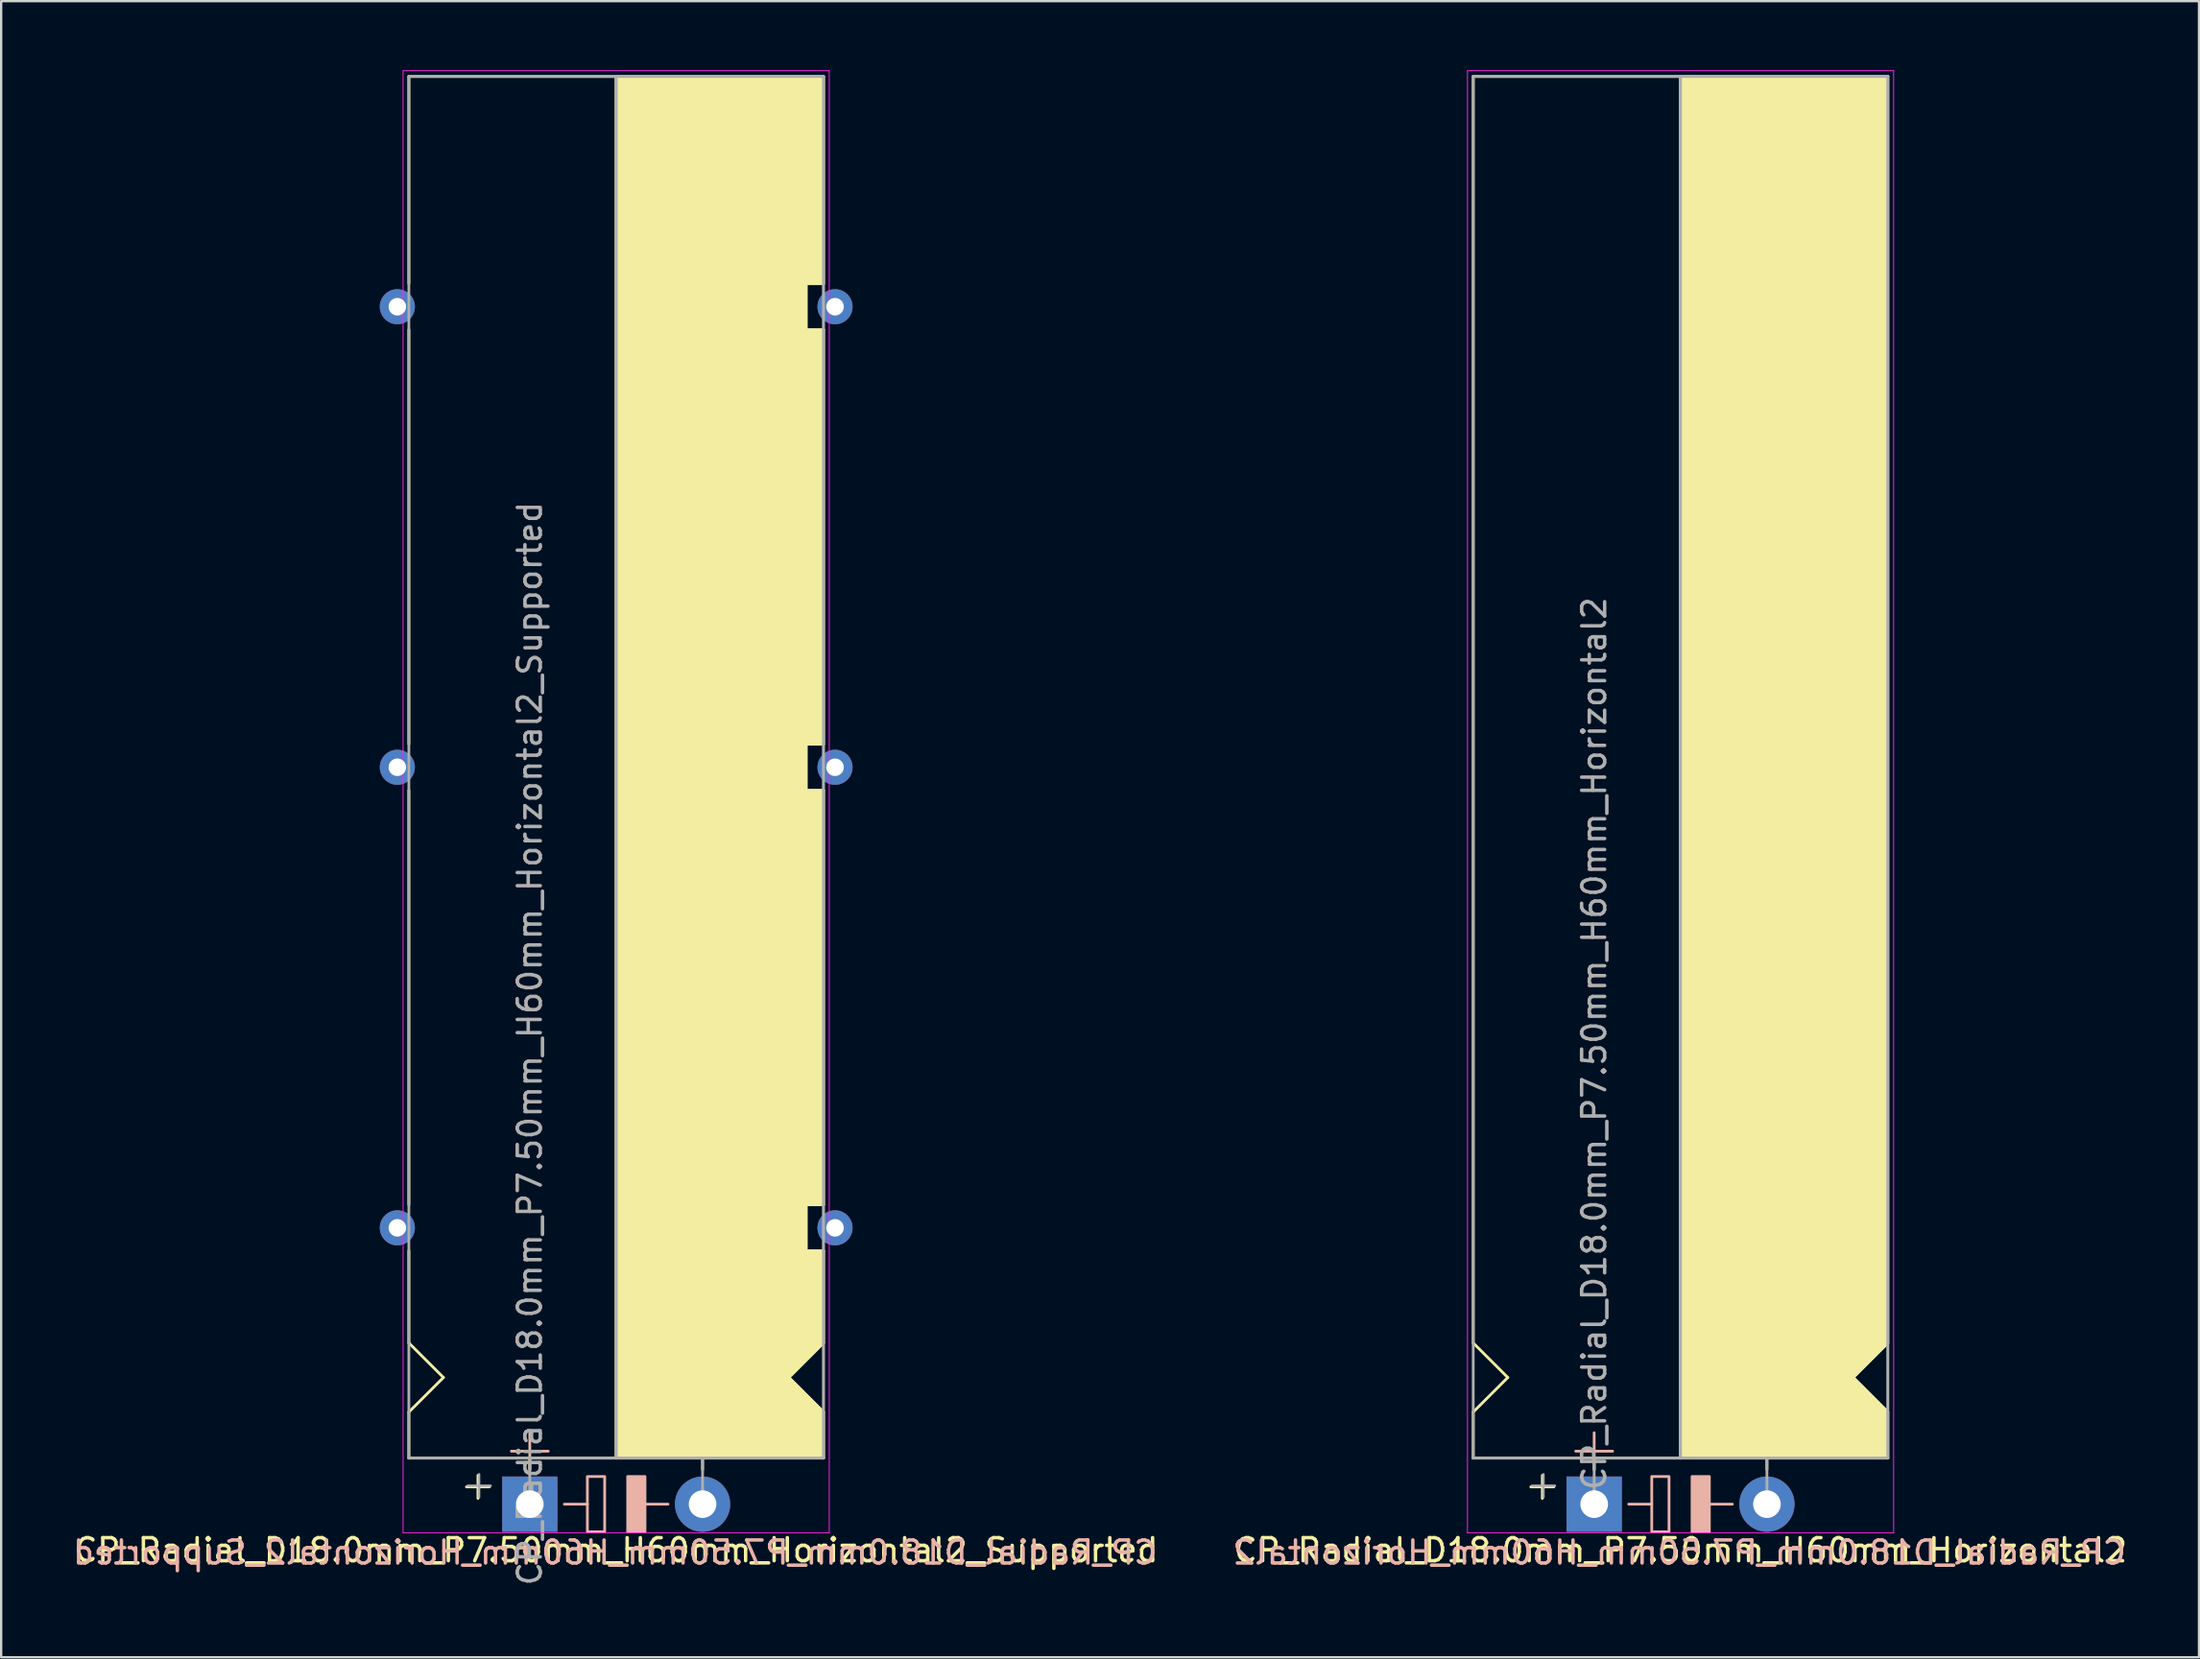
<source format=kicad_pcb>
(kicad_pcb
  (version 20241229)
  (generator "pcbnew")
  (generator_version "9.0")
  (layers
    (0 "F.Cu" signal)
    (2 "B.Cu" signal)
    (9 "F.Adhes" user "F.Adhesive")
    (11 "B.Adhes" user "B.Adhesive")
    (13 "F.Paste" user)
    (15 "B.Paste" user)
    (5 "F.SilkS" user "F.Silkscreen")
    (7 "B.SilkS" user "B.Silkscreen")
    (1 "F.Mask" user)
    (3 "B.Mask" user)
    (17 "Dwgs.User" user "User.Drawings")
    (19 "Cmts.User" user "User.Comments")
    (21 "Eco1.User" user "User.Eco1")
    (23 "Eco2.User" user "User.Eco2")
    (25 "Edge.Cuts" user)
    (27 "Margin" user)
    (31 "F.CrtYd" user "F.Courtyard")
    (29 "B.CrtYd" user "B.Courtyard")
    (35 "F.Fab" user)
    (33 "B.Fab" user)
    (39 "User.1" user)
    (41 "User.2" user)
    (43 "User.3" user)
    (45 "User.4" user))
  (footprint "CP_Radial_D18.0mm_P7.50mm_H60mm_Horizontal2"
    (layer "F.Cu")
    (at 66.154 62.27)
    (property "Reference" "CP_Radial_D18.0mm_P7.50mm_H60mm_Horizontal2" (at 3.75 2 0) (layer "F.SilkS") (effects (font (size 1 1) (thickness 0.15))))
    (fp_line (start -5.25 -62) (end 12.75 -62) (stroke (width 0.12) (type solid)) (layer "F.SilkS"))
    (fp_line (start -5.25 -7) (end -5.25 -62) (stroke (width 0.12) (type solid)) (layer "F.SilkS"))
    (fp_line (start -5.25 -7) (end -3.75 -5.5) (stroke (width 0.12) (type solid)) (layer "F.SilkS"))
    (fp_line (start -5.25 -4) (end -3.75 -5.5) (stroke (width 0.12) (type solid)) (layer "F.SilkS"))
    (fp_line (start -5.25 -2) (end -5.25 -4) (stroke (width 0.12) (type solid)) (layer "F.SilkS"))
    (fp_line (start -5.25 -2) (end 12.75 -2) (stroke (width 0.12) (type solid)) (layer "F.SilkS"))
    (fp_line (start -2.25 -1.25) (end -2.25 -0.25) (stroke (width 0.12) (type solid)) (layer "F.SilkS"))
    (fp_line (start -1.75 -0.75) (end -2.75 -0.75) (stroke (width 0.12) (type solid)) (layer "F.SilkS"))
    (fp_line (start 0 -1.5) (end 0 -2) (stroke (width 0.12) (type solid)) (layer "F.SilkS"))
    (fp_line (start 3.75 -2) (end 3.75 -62) (stroke (width 0.12) (type solid)) (layer "F.SilkS"))
    (fp_line (start 7.5 -1.5) (end 7.5 -2) (stroke (width 0.12) (type solid)) (layer "F.SilkS"))
    (fp_line (start 12.75 -62) (end 12.75 -7) (stroke (width 0.12) (type solid)) (layer "F.SilkS"))
    (fp_line (start 12.75 -7) (end 11.25 -5.5) (stroke (width 0.12) (type solid)) (layer "F.SilkS"))
    (fp_line (start 12.75 -4) (end 11.25 -5.5) (stroke (width 0.12) (type solid)) (layer "F.SilkS"))
    (fp_line (start 12.75 -2) (end 12.75 -4) (stroke (width 0.12) (type solid)) (layer "F.SilkS"))
    (fp_poly (pts (xy 12.75 -4) (xy 11.25 -5.5) (xy 12.75 -7) (xy 12.75 -62) (xy 3.75 -62) (xy 3.75 -2) (xy 12.75 -2)) (stroke (width 0.1) (type solid)) (fill yes) (layer "F.SilkS"))
    (fp_line (start 0 -3.1) (end 0 -1.5) (stroke (width 0.12) (type solid)) (layer "B.SilkS"))
    (fp_line (start 0.8 -2.3) (end -0.8 -2.3) (stroke (width 0.12) (type solid)) (layer "B.SilkS"))
    (fp_line (start 2.5 0) (end 1.5 0) (stroke (width 0.12) (type solid)) (layer "B.SilkS"))
    (fp_line (start 6 0) (end 5 0) (stroke (width 0.12) (type solid)) (layer "B.SilkS"))
    (fp_rect (start 2.5 -1.2) (end 3.25 1.2) (stroke (width 0.12) (type solid)) (fill no) (layer "B.SilkS"))
    (fp_rect (start 4.25 -1.2) (end 5 1.2) (stroke (width 0.12) (type solid)) (fill yes) (layer "B.SilkS"))
    (fp_line (start -5.5 -62.25) (end 13 -62.25) (stroke (width 0.04) (type solid)) (layer "F.CrtYd"))
    (fp_line (start -5.5 1.25) (end -5.5 -62.25) (stroke (width 0.04) (type solid)) (layer "F.CrtYd"))
    (fp_line (start 13 -62.25) (end 13 1.25) (stroke (width 0.04) (type solid)) (layer "F.CrtYd"))
    (fp_line (start 13 1.25) (end -5.5 1.25) (stroke (width 0.04) (type solid)) (layer "F.CrtYd"))
    (fp_line (start -5.25 -62) (end 12.75 -62) (stroke (width 0.12) (type solid)) (layer "F.Fab"))
    (fp_line (start -5.25 -2) (end -5.25 -62) (stroke (width 0.12) (type solid)) (layer "F.Fab"))
    (fp_line (start -2.7 -0.8) (end -1.7 -0.8) (stroke (width 0.1) (type solid)) (layer "F.Fab"))
    (fp_line (start -2.2 -0.3) (end -2.2 -1.3) (stroke (width 0.1) (type solid)) (layer "F.Fab"))
    (fp_line (start 0 0) (end 0 -2) (stroke (width 0.12) (type solid)) (layer "F.Fab"))
    (fp_line (start 3.75 -2) (end 3.75 -62) (stroke (width 0.12) (type solid)) (layer "F.Fab"))
    (fp_line (start 7.5 0) (end 7.5 -2) (stroke (width 0.12) (type solid)) (layer "F.Fab"))
    (fp_line (start 12.75 -62) (end 12.75 -2) (stroke (width 0.12) (type solid)) (layer "F.Fab"))
    (fp_line (start 12.75 -2) (end -5.25 -2) (stroke (width 0.12) (type solid)) (layer "F.Fab"))
    (fp_poly (pts (xy 12.75 -62) (xy 3.75 -62) (xy 3.75 -2) (xy 12.75 -2)) (stroke (width 0.1) (type solid)) (fill no) (layer "F.Fab"))
    (fp_text user "${REFERENCE}" (at 3.7 2.1 0) (layer "B.SilkS") (effects (font (size 1 1) (thickness 0.15)) (justify mirror)))
    (fp_text user "${REFERENCE}" (at 0 -20 90) (layer "F.Fab") (effects (font (size 1 1) (thickness 0.15))))
    (pad "1" thru_hole rect (at 0 0) (size 2.4 2.4) (drill 1.2) (layers "*.Cu" "*.Mask"))
    (pad "2" thru_hole circle (at 7.5 0) (size 2.4 2.4) (drill 1.2) (layers "*.Cu" "*.Mask")))
  (footprint "CP_Radial_D18.0mm_P7.50mm_H60mm_Horizontal2_Supported"
    (layer "F.Cu")
    (at 19.949 62.27)
    (property "Reference" "CP_Radial_D18.0mm_P7.50mm_H60mm_Horizontal2_Supported" (at 3.75 2 0) (layer "F.SilkS") (effects (font (size 1 1) (thickness 0.15))))
    (fp_line (start -5.25 -62) (end 12.75 -62) (stroke (width 0.12) (type solid)) (layer "F.SilkS"))
    (fp_line (start -5.25 -53) (end -5.25 -62) (stroke (width 0.12) (type solid)) (layer "F.SilkS"))
    (fp_line (start -5.25 -33) (end -5.25 -51) (stroke (width 0.12) (type solid)) (layer "F.SilkS"))
    (fp_line (start -5.25 -13) (end -5.25 -31) (stroke (width 0.12) (type solid)) (layer "F.SilkS"))
    (fp_line (start -5.25 -11) (end -5.25 -7) (stroke (width 0.12) (type solid)) (layer "F.SilkS"))
    (fp_line (start -5.25 -7) (end -3.75 -5.5) (stroke (width 0.12) (type solid)) (layer "F.SilkS"))
    (fp_line (start -5.25 -4) (end -3.75 -5.5) (stroke (width 0.12) (type solid)) (layer "F.SilkS"))
    (fp_line (start -5.25 -2) (end -5.25 -4) (stroke (width 0.12) (type solid)) (layer "F.SilkS"))
    (fp_line (start -5.25 -2) (end 12.75 -2) (stroke (width 0.12) (type solid)) (layer "F.SilkS"))
    (fp_line (start -2.25 -1.25) (end -2.25 -0.25) (stroke (width 0.12) (type solid)) (layer "F.SilkS"))
    (fp_line (start -1.75 -0.75) (end -2.75 -0.75) (stroke (width 0.12) (type solid)) (layer "F.SilkS"))
    (fp_line (start 0 -1.5) (end 0 -2) (stroke (width 0.12) (type solid)) (layer "F.SilkS"))
    (fp_line (start 3.75 -2) (end 3.75 -62) (stroke (width 0.12) (type solid)) (layer "F.SilkS"))
    (fp_line (start 7.5 -1.5) (end 7.5 -2) (stroke (width 0.12) (type solid)) (layer "F.SilkS"))
    (fp_line (start 12 -53) (end 12.75 -53) (stroke (width 0.12) (type solid)) (layer "F.SilkS"))
    (fp_line (start 12 -51) (end 12 -53) (stroke (width 0.12) (type solid)) (layer "F.SilkS"))
    (fp_line (start 12 -33) (end 12.75 -33) (stroke (width 0.12) (type solid)) (layer "F.SilkS"))
    (fp_line (start 12 -31) (end 12 -33) (stroke (width 0.12) (type solid)) (layer "F.SilkS"))
    (fp_line (start 12 -13) (end 12.75 -13) (stroke (width 0.12) (type solid)) (layer "F.SilkS"))
    (fp_line (start 12 -11) (end 12 -13) (stroke (width 0.12) (type solid)) (layer "F.SilkS"))
    (fp_line (start 12.25 -11) (end 12 -11) (stroke (width 0.12) (type solid)) (layer "F.SilkS"))
    (fp_line (start 12.75 -53) (end 12.75 -62) (stroke (width 0.12) (type solid)) (layer "F.SilkS"))
    (fp_line (start 12.75 -51) (end 12 -51) (stroke (width 0.12) (type solid)) (layer "F.SilkS"))
    (fp_line (start 12.75 -33) (end 12.75 -51) (stroke (width 0.12) (type solid)) (layer "F.SilkS"))
    (fp_line (start 12.75 -31) (end 12 -31) (stroke (width 0.12) (type solid)) (layer "F.SilkS"))
    (fp_line (start 12.75 -13) (end 12.75 -31) (stroke (width 0.12) (type solid)) (layer "F.SilkS"))
    (fp_line (start 12.75 -11) (end 12.25 -11) (stroke (width 0.12) (type solid)) (layer "F.SilkS"))
    (fp_line (start 12.75 -11) (end 12.75 -7) (stroke (width 0.12) (type solid)) (layer "F.SilkS"))
    (fp_line (start 12.75 -7) (end 11.25 -5.5) (stroke (width 0.12) (type solid)) (layer "F.SilkS"))
    (fp_line (start 12.75 -4) (end 11.25 -5.5) (stroke (width 0.12) (type solid)) (layer "F.SilkS"))
    (fp_line (start 12.75 -2) (end 12.75 -4) (stroke (width 0.12) (type solid)) (layer "F.SilkS"))
    (fp_poly (pts (xy 12.75 -4) (xy 11.25 -5.5) (xy 12.75 -7) (xy 12.75 -11) (xy 12 -11) (xy 12 -13) (xy 12.75 -13) (xy 12.75 -31) (xy 12 -31) (xy 12 -33) (xy 12.75 -33) (xy 12.75 -51) (xy 12 -51) (xy 12 -53) (xy 12.75 -53) (xy 12.75 -62) (xy 3.75 -62) (xy 3.75 -2) (xy 12.75 -2)) (stroke (width 0.1) (type solid)) (fill yes) (layer "F.SilkS"))
    (fp_line (start 0 -3.1) (end 0 -1.5) (stroke (width 0.12) (type solid)) (layer "B.SilkS"))
    (fp_line (start 0.8 -2.3) (end -0.8 -2.3) (stroke (width 0.12) (type solid)) (layer "B.SilkS"))
    (fp_line (start 2.5 0) (end 1.5 0) (stroke (width 0.12) (type solid)) (layer "B.SilkS"))
    (fp_line (start 6 0) (end 5 0) (stroke (width 0.12) (type solid)) (layer "B.SilkS"))
    (fp_rect (start 2.5 -1.2) (end 3.25 1.2) (stroke (width 0.12) (type solid)) (fill no) (layer "B.SilkS"))
    (fp_rect (start 4.25 -1.2) (end 5 1.2) (stroke (width 0.12) (type solid)) (fill yes) (layer "B.SilkS"))
    (fp_line (start -5.5 -62.25) (end 13 -62.25) (stroke (width 0.04) (type solid)) (layer "F.CrtYd"))
    (fp_line (start -5.5 1.25) (end -5.5 -62.25) (stroke (width 0.04) (type solid)) (layer "F.CrtYd"))
    (fp_line (start 13 -62.25) (end 13 1.25) (stroke (width 0.04) (type solid)) (layer "F.CrtYd"))
    (fp_line (start 13 1.25) (end -5.5 1.25) (stroke (width 0.04) (type solid)) (layer "F.CrtYd"))
    (fp_line (start -5.25 -62) (end 12.75 -62) (stroke (width 0.12) (type solid)) (layer "F.Fab"))
    (fp_line (start -5.25 -2) (end -5.25 -62) (stroke (width 0.12) (type solid)) (layer "F.Fab"))
    (fp_line (start -2.7 -0.8) (end -1.7 -0.8) (stroke (width 0.1) (type solid)) (layer "F.Fab"))
    (fp_line (start -2.2 -0.3) (end -2.2 -1.3) (stroke (width 0.1) (type solid)) (layer "F.Fab"))
    (fp_line (start 0 0) (end 0 -2) (stroke (width 0.12) (type solid)) (layer "F.Fab"))
    (fp_line (start 3.75 -2) (end 3.75 -62) (stroke (width 0.12) (type solid)) (layer "F.Fab"))
    (fp_line (start 7.5 0) (end 7.5 -2) (stroke (width 0.12) (type solid)) (layer "F.Fab"))
    (fp_line (start 12.75 -62) (end 12.75 -2) (stroke (width 0.12) (type solid)) (layer "F.Fab"))
    (fp_line (start 12.75 -2) (end -5.25 -2) (stroke (width 0.12) (type solid)) (layer "F.Fab"))
    (fp_poly (pts (xy 12.75 -62) (xy 3.75 -62) (xy 3.75 -2) (xy 12.75 -2)) (stroke (width 0.1) (type solid)) (fill no) (layer "F.Fab"))
    (fp_text user "${REFERENCE}" (at 3.7 2.1 0) (layer "B.SilkS") (effects (font (size 1 1) (thickness 0.15)) (justify mirror)))
    (fp_text user "${REFERENCE}" (at 0 -20 90) (layer "F.Fab") (effects (font (size 1 1) (thickness 0.15))))
    (pad "1" thru_hole rect (at 0 0) (size 2.4 2.4) (drill 1.2) (layers "*.Cu" "*.Mask"))
    (pad "2" thru_hole circle (at 7.5 0) (size 2.4 2.4) (drill 1.2) (layers "*.Cu" "*.Mask"))
    (pad "~" thru_hole circle (at -5.75 -52 180) (size 1.524 1.524) (drill 0.762) (layers "*.Cu" "*.Mask"))
    (pad "~" thru_hole circle (at -5.75 -32 180) (size 1.524 1.524) (drill 0.762) (layers "*.Cu" "*.Mask"))
    (pad "~" thru_hole circle (at -5.75 -12 180) (size 1.524 1.524) (drill 0.762) (layers "*.Cu" "*.Mask"))
    (pad "~" thru_hole circle (at 13.25 -52 180) (size 1.524 1.524) (drill 0.762) (layers "*.Cu" "*.Mask"))
    (pad "~" thru_hole circle (at 13.25 -32 180) (size 1.524 1.524) (drill 0.762) (layers "*.Cu" "*.Mask"))
    (pad "~" thru_hole circle (at 13.25 -12 180) (size 1.524 1.524) (drill 0.762) (layers "*.Cu" "*.Mask")))
  (gr_rect
    (start -3 -3)
    (end 92.41 68.919)
    (stroke (width 0.1) (type default))
    (fill no)
    (layer "Edge.Cuts")))
</source>
